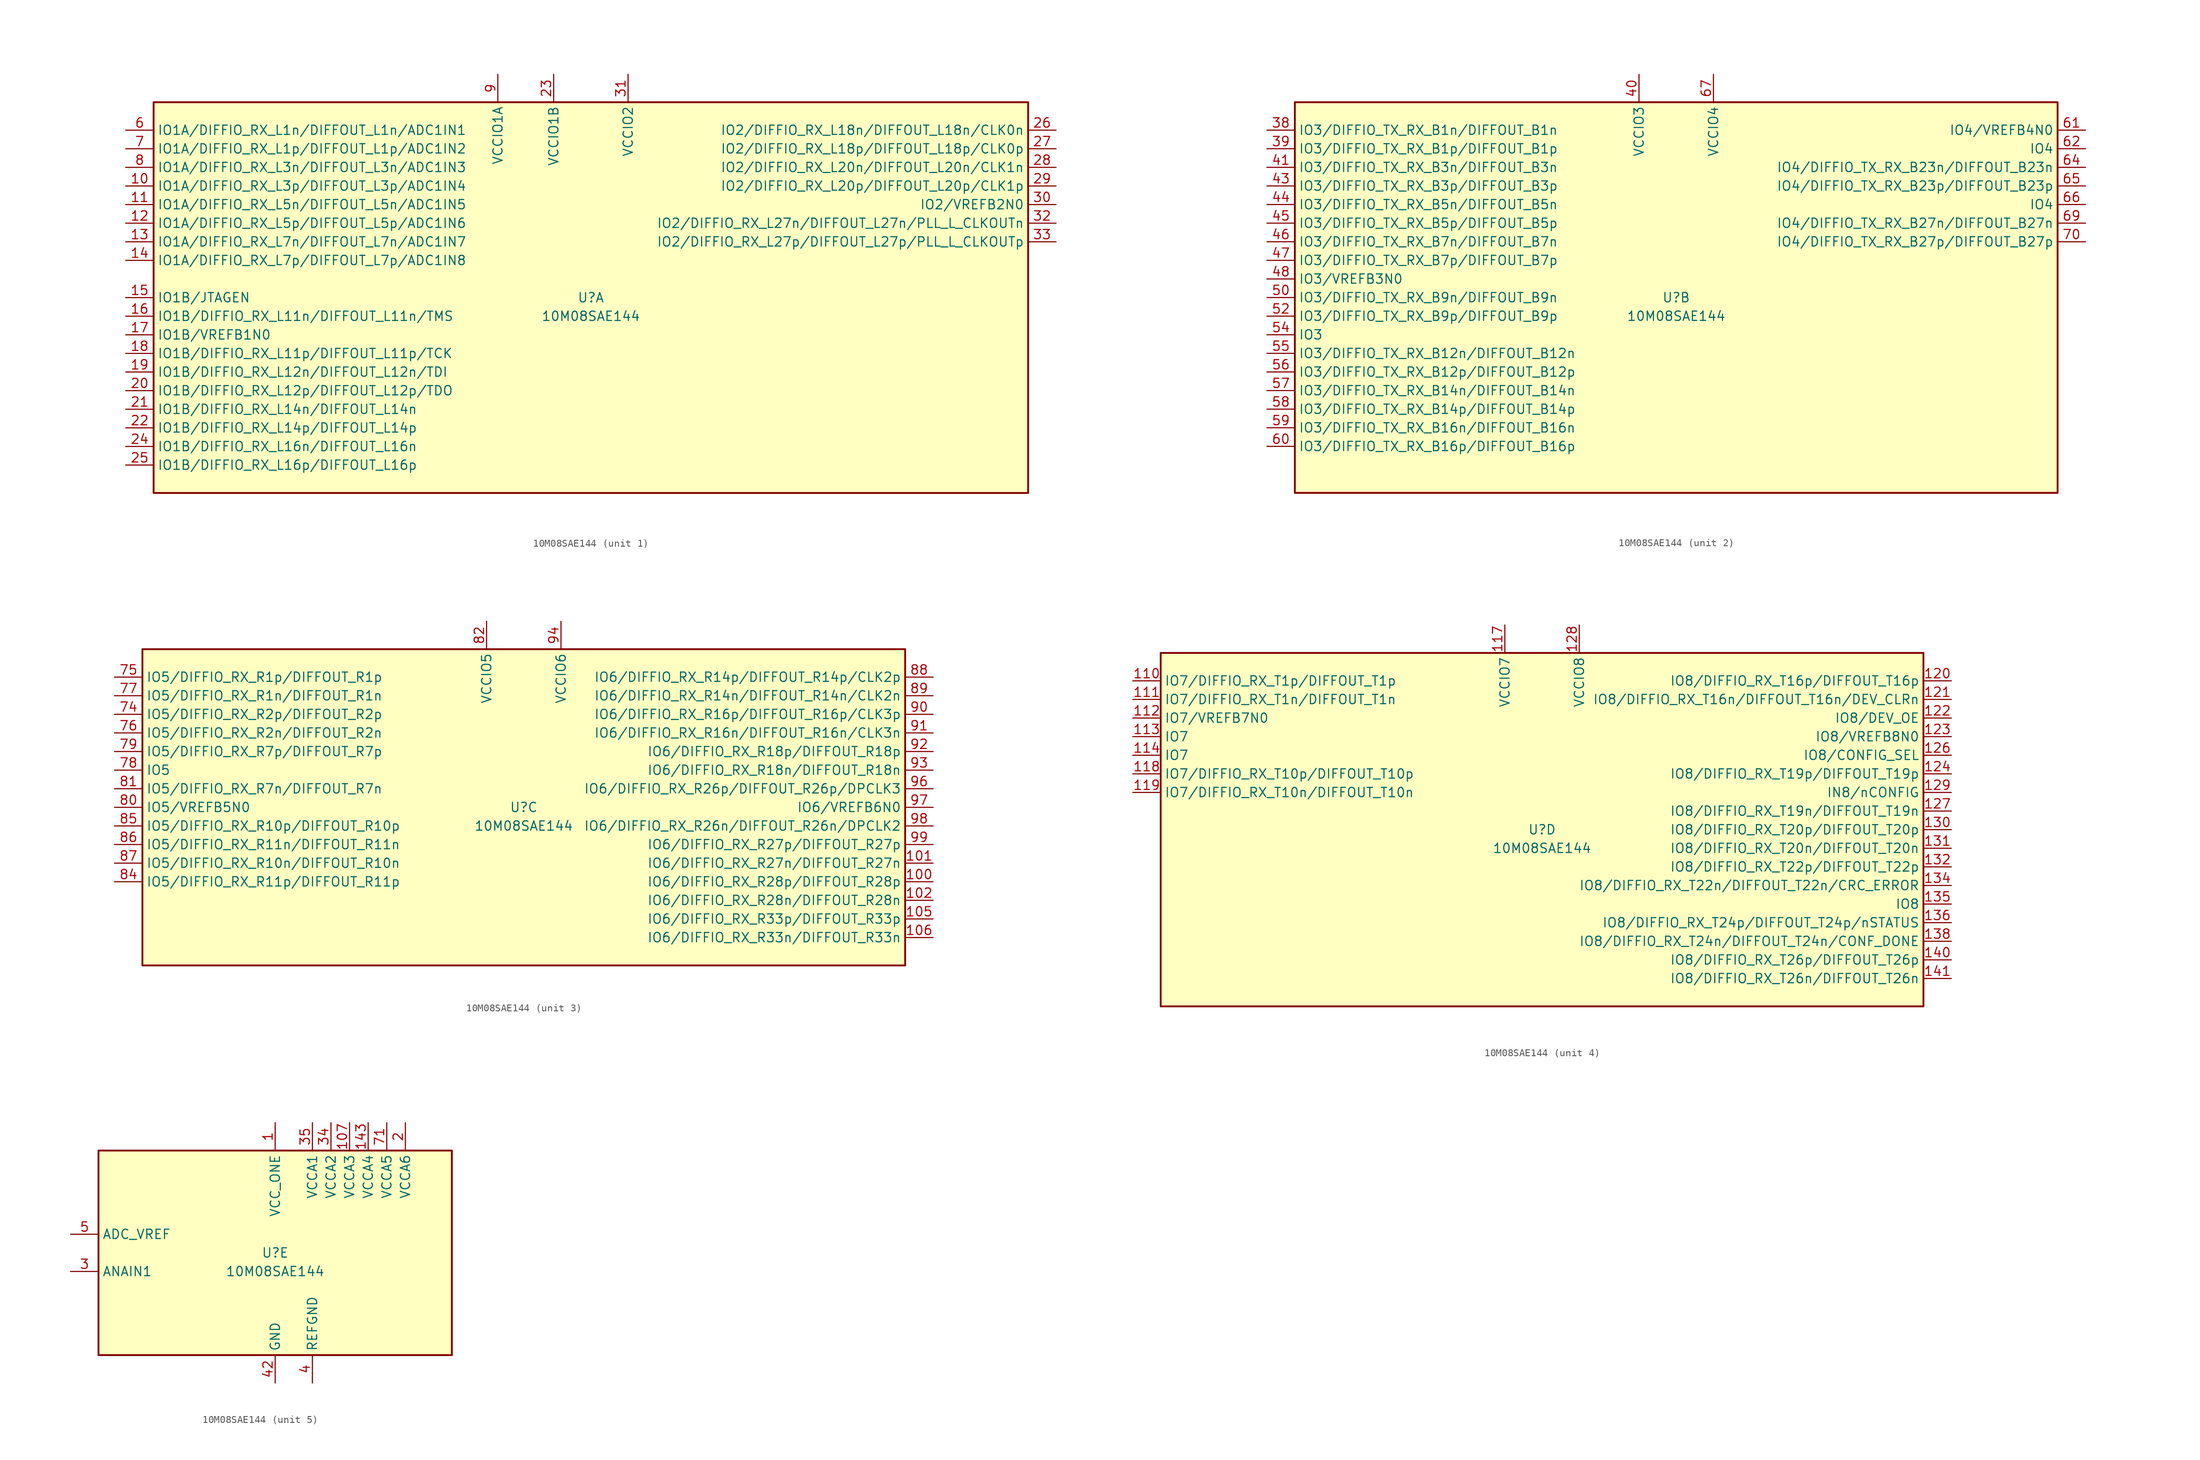
<source format=kicad_sym>
(kicad_symbol_lib
  (version 20220914)
  (generator kicad_symbol_editor)
  (symbol "10M08SAE144"
    (property "Reference" "U"
      (at 0 0 0)
      (effects (font (size 1.27 1.27))))
    (property "Value" "10M08SAE144"
      (at 0 -2.54 0)
      (effects (font (size 1.27 1.27))))
    (property "ki_locked" ""
      (at 0 0 0)
      (effects (font (size 1.27 1.27))))
    (symbol "10M08SAE144_1_1"
      (rectangle (start -59.69 26.67) (end 59.69 -26.67) (stroke (width 0.254) (type default)) (fill (type background)))
      (pin bidirectional line (at -63.5 15.24 0) (length 3.81) (name "IO1A/DIFFIO_RX_L3p/DIFFOUT_L3p/ADC1IN4" (effects (font (size 1.27 1.27)))) (number "10" (effects (font (size 1.27 1.27)))))
      (pin bidirectional line (at -63.5 12.7 0) (length 3.81) (name "IO1A/DIFFIO_RX_L5n/DIFFOUT_L5n/ADC1IN5" (effects (font (size 1.27 1.27)))) (number "11" (effects (font (size 1.27 1.27)))))
      (pin bidirectional line (at -63.5 10.16 0) (length 3.81) (name "IO1A/DIFFIO_RX_L5p/DIFFOUT_L5p/ADC1IN6" (effects (font (size 1.27 1.27)))) (number "12" (effects (font (size 1.27 1.27)))))
      (pin bidirectional line (at -63.5 7.62 0) (length 3.81) (name "IO1A/DIFFIO_RX_L7n/DIFFOUT_L7n/ADC1IN7" (effects (font (size 1.27 1.27)))) (number "13" (effects (font (size 1.27 1.27)))))
      (pin bidirectional line (at -63.5 5.08 0) (length 3.81) (name "IO1A/DIFFIO_RX_L7p/DIFFOUT_L7p/ADC1IN8" (effects (font (size 1.27 1.27)))) (number "14" (effects (font (size 1.27 1.27)))))
      (pin bidirectional line (at -63.5 0 0) (length 3.81) (name "IO1B/JTAGEN" (effects (font (size 1.27 1.27)))) (number "15" (effects (font (size 1.27 1.27)))))
      (pin bidirectional line (at -63.5 -2.54 0) (length 3.81) (name "IO1B/DIFFIO_RX_L11n/DIFFOUT_L11n/TMS" (effects (font (size 1.27 1.27)))) (number "16" (effects (font (size 1.27 1.27)))))
      (pin bidirectional line (at -63.5 -5.08 0) (length 3.81) (name "IO1B/VREFB1N0" (effects (font (size 1.27 1.27)))) (number "17" (effects (font (size 1.27 1.27)))))
      (pin bidirectional line (at -63.5 -7.62 0) (length 3.81) (name "IO1B/DIFFIO_RX_L11p/DIFFOUT_L11p/TCK" (effects (font (size 1.27 1.27)))) (number "18" (effects (font (size 1.27 1.27)))))
      (pin bidirectional line (at -63.5 -10.16 0) (length 3.81) (name "IO1B/DIFFIO_RX_L12n/DIFFOUT_L12n/TDI" (effects (font (size 1.27 1.27)))) (number "19" (effects (font (size 1.27 1.27)))))
      (pin bidirectional line (at -63.5 -12.7 0) (length 3.81) (name "IO1B/DIFFIO_RX_L12p/DIFFOUT_L12p/TDO" (effects (font (size 1.27 1.27)))) (number "20" (effects (font (size 1.27 1.27)))))
      (pin bidirectional line (at -63.5 -15.24 0) (length 3.81) (name "IO1B/DIFFIO_RX_L14n/DIFFOUT_L14n" (effects (font (size 1.27 1.27)))) (number "21" (effects (font (size 1.27 1.27)))))
      (pin bidirectional line (at -63.5 -17.78 0) (length 3.81) (name "IO1B/DIFFIO_RX_L14p/DIFFOUT_L14p" (effects (font (size 1.27 1.27)))) (number "22" (effects (font (size 1.27 1.27)))))
      (pin power_in line (at -5.08 30.48 270) (length 3.81) (name "VCCIO1B" (effects (font (size 1.27 1.27)))) (number "23" (effects (font (size 1.27 1.27)))))
      (pin bidirectional line (at -63.5 -20.32 0) (length 3.81) (name "IO1B/DIFFIO_RX_L16n/DIFFOUT_L16n" (effects (font (size 1.27 1.27)))) (number "24" (effects (font (size 1.27 1.27)))))
      (pin bidirectional line (at -63.5 -22.86 0) (length 3.81) (name "IO1B/DIFFIO_RX_L16p/DIFFOUT_L16p" (effects (font (size 1.27 1.27)))) (number "25" (effects (font (size 1.27 1.27)))))
      (pin bidirectional line (at 63.5 22.86 180) (length 3.81) (name "IO2/DIFFIO_RX_L18n/DIFFOUT_L18n/CLK0n" (effects (font (size 1.27 1.27)))) (number "26" (effects (font (size 1.27 1.27)))))
      (pin bidirectional line (at 63.5 20.32 180) (length 3.81) (name "IO2/DIFFIO_RX_L18p/DIFFOUT_L18p/CLK0p" (effects (font (size 1.27 1.27)))) (number "27" (effects (font (size 1.27 1.27)))))
      (pin bidirectional line (at 63.5 17.78 180) (length 3.81) (name "IO2/DIFFIO_RX_L20n/DIFFOUT_L20n/CLK1n" (effects (font (size 1.27 1.27)))) (number "28" (effects (font (size 1.27 1.27)))))
      (pin bidirectional line (at 63.5 15.24 180) (length 3.81) (name "IO2/DIFFIO_RX_L20p/DIFFOUT_L20p/CLK1p" (effects (font (size 1.27 1.27)))) (number "29" (effects (font (size 1.27 1.27)))))
      (pin bidirectional line (at 63.5 12.7 180) (length 3.81) (name "IO2/VREFB2N0" (effects (font (size 1.27 1.27)))) (number "30" (effects (font (size 1.27 1.27)))))
      (pin power_in line (at 5.08 30.48 270) (length 3.81) (name "VCCIO2" (effects (font (size 1.27 1.27)))) (number "31" (effects (font (size 1.27 1.27)))))
      (pin bidirectional line (at 63.5 10.16 180) (length 3.81) (name "IO2/DIFFIO_RX_L27n/DIFFOUT_L27n/PLL_L_CLKOUTn" (effects (font (size 1.27 1.27)))) (number "32" (effects (font (size 1.27 1.27)))))
      (pin bidirectional line (at 63.5 7.62 180) (length 3.81) (name "IO2/DIFFIO_RX_L27p/DIFFOUT_L27p/PLL_L_CLKOUTp" (effects (font (size 1.27 1.27)))) (number "33" (effects (font (size 1.27 1.27)))))
      (pin bidirectional line (at -63.5 22.86 0) (length 3.81) (name "IO1A/DIFFIO_RX_L1n/DIFFOUT_L1n/ADC1IN1" (effects (font (size 1.27 1.27)))) (number "6" (effects (font (size 1.27 1.27)))))
      (pin bidirectional line (at -63.5 20.32 0) (length 3.81) (name "IO1A/DIFFIO_RX_L1p/DIFFOUT_L1p/ADC1IN2" (effects (font (size 1.27 1.27)))) (number "7" (effects (font (size 1.27 1.27)))))
      (pin bidirectional line (at -63.5 17.78 0) (length 3.81) (name "IO1A/DIFFIO_RX_L3n/DIFFOUT_L3n/ADC1IN3" (effects (font (size 1.27 1.27)))) (number "8" (effects (font (size 1.27 1.27)))))
      (pin power_in line (at -12.7 30.48 270) (length 3.81) (name "VCCIO1A" (effects (font (size 1.27 1.27)))) (number "9" (effects (font (size 1.27 1.27))))))
    (symbol "10M08SAE144_2_1"
      (rectangle (start -52.07 26.67) (end 52.07 -26.67) (stroke (width 0.254) (type default)) (fill (type background)))
      (pin bidirectional line (at -55.88 22.86 0) (length 3.81) (name "IO3/DIFFIO_TX_RX_B1n/DIFFOUT_B1n" (effects (font (size 1.27 1.27)))) (number "38" (effects (font (size 1.27 1.27)))))
      (pin bidirectional line (at -55.88 20.32 0) (length 3.81) (name "IO3/DIFFIO_TX_RX_B1p/DIFFOUT_B1p" (effects (font (size 1.27 1.27)))) (number "39" (effects (font (size 1.27 1.27)))))
      (pin power_in line (at -5.08 30.48 270) (length 3.81) (name "VCCIO3" (effects (font (size 1.27 1.27)))) (number "40" (effects (font (size 1.27 1.27)))))
      (pin bidirectional line (at -55.88 17.78 0) (length 3.81) (name "IO3/DIFFIO_TX_RX_B3n/DIFFOUT_B3n" (effects (font (size 1.27 1.27)))) (number "41" (effects (font (size 1.27 1.27)))))
      (pin bidirectional line (at -55.88 15.24 0) (length 3.81) (name "IO3/DIFFIO_TX_RX_B3p/DIFFOUT_B3p" (effects (font (size 1.27 1.27)))) (number "43" (effects (font (size 1.27 1.27)))))
      (pin bidirectional line (at -55.88 12.7 0) (length 3.81) (name "IO3/DIFFIO_TX_RX_B5n/DIFFOUT_B5n" (effects (font (size 1.27 1.27)))) (number "44" (effects (font (size 1.27 1.27)))))
      (pin bidirectional line (at -55.88 10.16 0) (length 3.81) (name "IO3/DIFFIO_TX_RX_B5p/DIFFOUT_B5p" (effects (font (size 1.27 1.27)))) (number "45" (effects (font (size 1.27 1.27)))))
      (pin bidirectional line (at -55.88 7.62 0) (length 3.81) (name "IO3/DIFFIO_TX_RX_B7n/DIFFOUT_B7n" (effects (font (size 1.27 1.27)))) (number "46" (effects (font (size 1.27 1.27)))))
      (pin bidirectional line (at -55.88 5.08 0) (length 3.81) (name "IO3/DIFFIO_TX_RX_B7p/DIFFOUT_B7p" (effects (font (size 1.27 1.27)))) (number "47" (effects (font (size 1.27 1.27)))))
      (pin bidirectional line (at -55.88 2.54 0) (length 3.81) (name "IO3/VREFB3N0" (effects (font (size 1.27 1.27)))) (number "48" (effects (font (size 1.27 1.27)))))
      (pin passive line (at -5.08 30.48 270) (length 3.81) hide (name "VCCIO3" (effects (font (size 1.27 1.27)))) (number "49" (effects (font (size 1.27 1.27)))))
      (pin bidirectional line (at -55.88 0 0) (length 3.81) (name "IO3/DIFFIO_TX_RX_B9n/DIFFOUT_B9n" (effects (font (size 1.27 1.27)))) (number "50" (effects (font (size 1.27 1.27)))))
      (pin bidirectional line (at -55.88 -2.54 0) (length 3.81) (name "IO3/DIFFIO_TX_RX_B9p/DIFFOUT_B9p" (effects (font (size 1.27 1.27)))) (number "52" (effects (font (size 1.27 1.27)))))
      (pin bidirectional line (at -55.88 -5.08 0) (length 3.81) (name "IO3" (effects (font (size 1.27 1.27)))) (number "54" (effects (font (size 1.27 1.27)))))
      (pin bidirectional line (at -55.88 -7.62 0) (length 3.81) (name "IO3/DIFFIO_TX_RX_B12n/DIFFOUT_B12n" (effects (font (size 1.27 1.27)))) (number "55" (effects (font (size 1.27 1.27)))))
      (pin bidirectional line (at -55.88 -10.16 0) (length 3.81) (name "IO3/DIFFIO_TX_RX_B12p/DIFFOUT_B12p" (effects (font (size 1.27 1.27)))) (number "56" (effects (font (size 1.27 1.27)))))
      (pin bidirectional line (at -55.88 -12.7 0) (length 3.81) (name "IO3/DIFFIO_TX_RX_B14n/DIFFOUT_B14n" (effects (font (size 1.27 1.27)))) (number "57" (effects (font (size 1.27 1.27)))))
      (pin bidirectional line (at -55.88 -15.24 0) (length 3.81) (name "IO3/DIFFIO_TX_RX_B14p/DIFFOUT_B14p" (effects (font (size 1.27 1.27)))) (number "58" (effects (font (size 1.27 1.27)))))
      (pin bidirectional line (at -55.88 -17.78 0) (length 3.81) (name "IO3/DIFFIO_TX_RX_B16n/DIFFOUT_B16n" (effects (font (size 1.27 1.27)))) (number "59" (effects (font (size 1.27 1.27)))))
      (pin bidirectional line (at -55.88 -20.32 0) (length 3.81) (name "IO3/DIFFIO_TX_RX_B16p/DIFFOUT_B16p" (effects (font (size 1.27 1.27)))) (number "60" (effects (font (size 1.27 1.27)))))
      (pin bidirectional line (at 55.88 22.86 180) (length 3.81) (name "IO4/VREFB4N0" (effects (font (size 1.27 1.27)))) (number "61" (effects (font (size 1.27 1.27)))))
      (pin bidirectional line (at 55.88 20.32 180) (length 3.81) (name "IO4" (effects (font (size 1.27 1.27)))) (number "62" (effects (font (size 1.27 1.27)))))
      (pin bidirectional line (at 55.88 17.78 180) (length 3.81) (name "IO4/DIFFIO_TX_RX_B23n/DIFFOUT_B23n" (effects (font (size 1.27 1.27)))) (number "64" (effects (font (size 1.27 1.27)))))
      (pin bidirectional line (at 55.88 15.24 180) (length 3.81) (name "IO4/DIFFIO_TX_RX_B23p/DIFFOUT_B23p" (effects (font (size 1.27 1.27)))) (number "65" (effects (font (size 1.27 1.27)))))
      (pin bidirectional line (at 55.88 12.7 180) (length 3.81) (name "IO4" (effects (font (size 1.27 1.27)))) (number "66" (effects (font (size 1.27 1.27)))))
      (pin power_in line (at 5.08 30.48 270) (length 3.81) (name "VCCIO4" (effects (font (size 1.27 1.27)))) (number "67" (effects (font (size 1.27 1.27)))))
      (pin bidirectional line (at 55.88 10.16 180) (length 3.81) (name "IO4/DIFFIO_TX_RX_B27n/DIFFOUT_B27n" (effects (font (size 1.27 1.27)))) (number "69" (effects (font (size 1.27 1.27)))))
      (pin bidirectional line (at 55.88 7.62 180) (length 3.81) (name "IO4/DIFFIO_TX_RX_B27p/DIFFOUT_B27p" (effects (font (size 1.27 1.27)))) (number "70" (effects (font (size 1.27 1.27))))))
    (symbol "10M08SAE144_3_1"
      (rectangle (start -52.07 21.59) (end 52.07 -21.59) (stroke (width 0.254) (type default)) (fill (type background)))
      (pin bidirectional line (at 55.88 -10.16 180) (length 3.81) (name "IO6/DIFFIO_RX_R28p/DIFFOUT_R28p" (effects (font (size 1.27 1.27)))) (number "100" (effects (font (size 1.27 1.27)))))
      (pin bidirectional line (at 55.88 -7.62 180) (length 3.81) (name "IO6/DIFFIO_RX_R27n/DIFFOUT_R27n" (effects (font (size 1.27 1.27)))) (number "101" (effects (font (size 1.27 1.27)))))
      (pin bidirectional line (at 55.88 -12.7 180) (length 3.81) (name "IO6/DIFFIO_RX_R28n/DIFFOUT_R28n" (effects (font (size 1.27 1.27)))) (number "102" (effects (font (size 1.27 1.27)))))
      (pin passive line (at 5.08 25.4 270) (length 3.81) hide (name "VCCIO6" (effects (font (size 1.27 1.27)))) (number "103" (effects (font (size 1.27 1.27)))))
      (pin bidirectional line (at 55.88 -15.24 180) (length 3.81) (name "IO6/DIFFIO_RX_R33p/DIFFOUT_R33p" (effects (font (size 1.27 1.27)))) (number "105" (effects (font (size 1.27 1.27)))))
      (pin bidirectional line (at 55.88 -17.78 180) (length 3.81) (name "IO6/DIFFIO_RX_R33n/DIFFOUT_R33n" (effects (font (size 1.27 1.27)))) (number "106" (effects (font (size 1.27 1.27)))))
      (pin bidirectional line (at -55.88 12.7 0) (length 3.81) (name "IO5/DIFFIO_RX_R2p/DIFFOUT_R2p" (effects (font (size 1.27 1.27)))) (number "74" (effects (font (size 1.27 1.27)))))
      (pin bidirectional line (at -55.88 17.78 0) (length 3.81) (name "IO5/DIFFIO_RX_R1p/DIFFOUT_R1p" (effects (font (size 1.27 1.27)))) (number "75" (effects (font (size 1.27 1.27)))))
      (pin bidirectional line (at -55.88 10.16 0) (length 3.81) (name "IO5/DIFFIO_RX_R2n/DIFFOUT_R2n" (effects (font (size 1.27 1.27)))) (number "76" (effects (font (size 1.27 1.27)))))
      (pin bidirectional line (at -55.88 15.24 0) (length 3.81) (name "IO5/DIFFIO_RX_R1n/DIFFOUT_R1n" (effects (font (size 1.27 1.27)))) (number "77" (effects (font (size 1.27 1.27)))))
      (pin bidirectional line (at -55.88 5.08 0) (length 3.81) (name "IO5" (effects (font (size 1.27 1.27)))) (number "78" (effects (font (size 1.27 1.27)))))
      (pin bidirectional line (at -55.88 7.62 0) (length 3.81) (name "IO5/DIFFIO_RX_R7p/DIFFOUT_R7p" (effects (font (size 1.27 1.27)))) (number "79" (effects (font (size 1.27 1.27)))))
      (pin bidirectional line (at -55.88 0 0) (length 3.81) (name "IO5/VREFB5N0" (effects (font (size 1.27 1.27)))) (number "80" (effects (font (size 1.27 1.27)))))
      (pin bidirectional line (at -55.88 2.54 0) (length 3.81) (name "IO5/DIFFIO_RX_R7n/DIFFOUT_R7n" (effects (font (size 1.27 1.27)))) (number "81" (effects (font (size 1.27 1.27)))))
      (pin power_in line (at -5.08 25.4 270) (length 3.81) (name "VCCIO5" (effects (font (size 1.27 1.27)))) (number "82" (effects (font (size 1.27 1.27)))))
      (pin bidirectional line (at -55.88 -10.16 0) (length 3.81) (name "IO5/DIFFIO_RX_R11p/DIFFOUT_R11p" (effects (font (size 1.27 1.27)))) (number "84" (effects (font (size 1.27 1.27)))))
      (pin bidirectional line (at -55.88 -2.54 0) (length 3.81) (name "IO5/DIFFIO_RX_R10p/DIFFOUT_R10p" (effects (font (size 1.27 1.27)))) (number "85" (effects (font (size 1.27 1.27)))))
      (pin bidirectional line (at -55.88 -5.08 0) (length 3.81) (name "IO5/DIFFIO_RX_R11n/DIFFOUT_R11n" (effects (font (size 1.27 1.27)))) (number "86" (effects (font (size 1.27 1.27)))))
      (pin bidirectional line (at -55.88 -7.62 0) (length 3.81) (name "IO5/DIFFIO_RX_R10n/DIFFOUT_R10n" (effects (font (size 1.27 1.27)))) (number "87" (effects (font (size 1.27 1.27)))))
      (pin bidirectional line (at 55.88 17.78 180) (length 3.81) (name "IO6/DIFFIO_RX_R14p/DIFFOUT_R14p/CLK2p" (effects (font (size 1.27 1.27)))) (number "88" (effects (font (size 1.27 1.27)))))
      (pin bidirectional line (at 55.88 15.24 180) (length 3.81) (name "IO6/DIFFIO_RX_R14n/DIFFOUT_R14n/CLK2n" (effects (font (size 1.27 1.27)))) (number "89" (effects (font (size 1.27 1.27)))))
      (pin bidirectional line (at 55.88 12.7 180) (length 3.81) (name "IO6/DIFFIO_RX_R16p/DIFFOUT_R16p/CLK3p" (effects (font (size 1.27 1.27)))) (number "90" (effects (font (size 1.27 1.27)))))
      (pin bidirectional line (at 55.88 10.16 180) (length 3.81) (name "IO6/DIFFIO_RX_R16n/DIFFOUT_R16n/CLK3n" (effects (font (size 1.27 1.27)))) (number "91" (effects (font (size 1.27 1.27)))))
      (pin bidirectional line (at 55.88 7.62 180) (length 3.81) (name "IO6/DIFFIO_RX_R18p/DIFFOUT_R18p" (effects (font (size 1.27 1.27)))) (number "92" (effects (font (size 1.27 1.27)))))
      (pin bidirectional line (at 55.88 5.08 180) (length 3.81) (name "IO6/DIFFIO_RX_R18n/DIFFOUT_R18n" (effects (font (size 1.27 1.27)))) (number "93" (effects (font (size 1.27 1.27)))))
      (pin power_in line (at 5.08 25.4 270) (length 3.81) (name "VCCIO6" (effects (font (size 1.27 1.27)))) (number "94" (effects (font (size 1.27 1.27)))))
      (pin bidirectional line (at 55.88 2.54 180) (length 3.81) (name "IO6/DIFFIO_RX_R26p/DIFFOUT_R26p/DPCLK3" (effects (font (size 1.27 1.27)))) (number "96" (effects (font (size 1.27 1.27)))))
      (pin bidirectional line (at 55.88 0 180) (length 3.81) (name "IO6/VREFB6N0" (effects (font (size 1.27 1.27)))) (number "97" (effects (font (size 1.27 1.27)))))
      (pin bidirectional line (at 55.88 -2.54 180) (length 3.81) (name "IO6/DIFFIO_RX_R26n/DIFFOUT_R26n/DPCLK2" (effects (font (size 1.27 1.27)))) (number "98" (effects (font (size 1.27 1.27)))))
      (pin bidirectional line (at 55.88 -5.08 180) (length 3.81) (name "IO6/DIFFIO_RX_R27p/DIFFOUT_R27p" (effects (font (size 1.27 1.27)))) (number "99" (effects (font (size 1.27 1.27))))))
    (symbol "10M08SAE144_4_1"
      (rectangle (start -52.07 24.13) (end 52.07 -24.13) (stroke (width 0.254) (type default)) (fill (type background)))
      (pin bidirectional line (at -55.88 20.32 0) (length 3.81) (name "IO7/DIFFIO_RX_T1p/DIFFOUT_T1p" (effects (font (size 1.27 1.27)))) (number "110" (effects (font (size 1.27 1.27)))))
      (pin bidirectional line (at -55.88 17.78 0) (length 3.81) (name "IO7/DIFFIO_RX_T1n/DIFFOUT_T1n" (effects (font (size 1.27 1.27)))) (number "111" (effects (font (size 1.27 1.27)))))
      (pin bidirectional line (at -55.88 15.24 0) (length 3.81) (name "IO7/VREFB7N0" (effects (font (size 1.27 1.27)))) (number "112" (effects (font (size 1.27 1.27)))))
      (pin bidirectional line (at -55.88 12.7 0) (length 3.81) (name "IO7" (effects (font (size 1.27 1.27)))) (number "113" (effects (font (size 1.27 1.27)))))
      (pin bidirectional line (at -55.88 10.16 0) (length 3.81) (name "IO7" (effects (font (size 1.27 1.27)))) (number "114" (effects (font (size 1.27 1.27)))))
      (pin power_in line (at -5.08 27.94 270) (length 3.81) (name "VCCIO7" (effects (font (size 1.27 1.27)))) (number "117" (effects (font (size 1.27 1.27)))))
      (pin bidirectional line (at -55.88 7.62 0) (length 3.81) (name "IO7/DIFFIO_RX_T10p/DIFFOUT_T10p" (effects (font (size 1.27 1.27)))) (number "118" (effects (font (size 1.27 1.27)))))
      (pin bidirectional line (at -55.88 5.08 0) (length 3.81) (name "IO7/DIFFIO_RX_T10n/DIFFOUT_T10n" (effects (font (size 1.27 1.27)))) (number "119" (effects (font (size 1.27 1.27)))))
      (pin bidirectional line (at 55.88 20.32 180) (length 3.81) (name "IO8/DIFFIO_RX_T16p/DIFFOUT_T16p" (effects (font (size 1.27 1.27)))) (number "120" (effects (font (size 1.27 1.27)))))
      (pin bidirectional line (at 55.88 17.78 180) (length 3.81) (name "IO8/DIFFIO_RX_T16n/DIFFOUT_T16n/DEV_CLRn" (effects (font (size 1.27 1.27)))) (number "121" (effects (font (size 1.27 1.27)))))
      (pin bidirectional line (at 55.88 15.24 180) (length 3.81) (name "IO8/DEV_OE" (effects (font (size 1.27 1.27)))) (number "122" (effects (font (size 1.27 1.27)))))
      (pin bidirectional line (at 55.88 12.7 180) (length 3.81) (name "IO8/VREFB8N0" (effects (font (size 1.27 1.27)))) (number "123" (effects (font (size 1.27 1.27)))))
      (pin bidirectional line (at 55.88 7.62 180) (length 3.81) (name "IO8/DIFFIO_RX_T19p/DIFFOUT_T19p" (effects (font (size 1.27 1.27)))) (number "124" (effects (font (size 1.27 1.27)))))
      (pin bidirectional line (at 55.88 10.16 180) (length 3.81) (name "IO8/CONFIG_SEL" (effects (font (size 1.27 1.27)))) (number "126" (effects (font (size 1.27 1.27)))))
      (pin bidirectional line (at 55.88 2.54 180) (length 3.81) (name "IO8/DIFFIO_RX_T19n/DIFFOUT_T19n" (effects (font (size 1.27 1.27)))) (number "127" (effects (font (size 1.27 1.27)))))
      (pin power_in line (at 5.08 27.94 270) (length 3.81) (name "VCCIO8" (effects (font (size 1.27 1.27)))) (number "128" (effects (font (size 1.27 1.27)))))
      (pin input line (at 55.88 5.08 180) (length 3.81) (name "IN8/nCONFIG" (effects (font (size 1.27 1.27)))) (number "129" (effects (font (size 1.27 1.27)))))
      (pin bidirectional line (at 55.88 0 180) (length 3.81) (name "IO8/DIFFIO_RX_T20p/DIFFOUT_T20p" (effects (font (size 1.27 1.27)))) (number "130" (effects (font (size 1.27 1.27)))))
      (pin bidirectional line (at 55.88 -2.54 180) (length 3.81) (name "IO8/DIFFIO_RX_T20n/DIFFOUT_T20n" (effects (font (size 1.27 1.27)))) (number "131" (effects (font (size 1.27 1.27)))))
      (pin bidirectional line (at 55.88 -5.08 180) (length 3.81) (name "IO8/DIFFIO_RX_T22p/DIFFOUT_T22p" (effects (font (size 1.27 1.27)))) (number "132" (effects (font (size 1.27 1.27)))))
      (pin bidirectional line (at 55.88 -7.62 180) (length 3.81) (name "IO8/DIFFIO_RX_T22n/DIFFOUT_T22n/CRC_ERROR" (effects (font (size 1.27 1.27)))) (number "134" (effects (font (size 1.27 1.27)))))
      (pin bidirectional line (at 55.88 -10.16 180) (length 3.81) (name "IO8" (effects (font (size 1.27 1.27)))) (number "135" (effects (font (size 1.27 1.27)))))
      (pin bidirectional line (at 55.88 -12.7 180) (length 3.81) (name "IO8/DIFFIO_RX_T24p/DIFFOUT_T24p/nSTATUS" (effects (font (size 1.27 1.27)))) (number "136" (effects (font (size 1.27 1.27)))))
      (pin bidirectional line (at 55.88 -15.24 180) (length 3.81) (name "IO8/DIFFIO_RX_T24n/DIFFOUT_T24n/CONF_DONE" (effects (font (size 1.27 1.27)))) (number "138" (effects (font (size 1.27 1.27)))))
      (pin passive line (at 5.08 27.94 270) (length 3.81) hide (name "VCCIO8" (effects (font (size 1.27 1.27)))) (number "139" (effects (font (size 1.27 1.27)))))
      (pin bidirectional line (at 55.88 -17.78 180) (length 3.81) (name "IO8/DIFFIO_RX_T26p/DIFFOUT_T26p" (effects (font (size 1.27 1.27)))) (number "140" (effects (font (size 1.27 1.27)))))
      (pin bidirectional line (at 55.88 -20.32 180) (length 3.81) (name "IO8/DIFFIO_RX_T26n/DIFFOUT_T26n" (effects (font (size 1.27 1.27)))) (number "141" (effects (font (size 1.27 1.27))))))
    (symbol "10M08SAE144_5_1"
      (rectangle (start -24.13 13.97) (end 24.13 -13.97) (stroke (width 0.254) (type default)) (fill (type background)))
      (pin power_in line (at 0 17.78 270) (length 3.81) (name "VCC_ONE" (effects (font (size 1.27 1.27)))) (number "1" (effects (font (size 1.27 1.27)))))
      (pin passive line (at 0 -17.78 90) (length 3.81) hide (name "GND" (effects (font (size 1.27 1.27)))) (number "104" (effects (font (size 1.27 1.27)))))
      (pin power_in line (at 10.16 17.78 270) (length 3.81) (name "VCCA3" (effects (font (size 1.27 1.27)))) (number "107" (effects (font (size 1.27 1.27)))))
      (pin passive line (at 0 17.78 270) (length 3.81) hide (name "VCC_ONE" (effects (font (size 1.27 1.27)))) (number "108" (effects (font (size 1.27 1.27)))))
      (pin passive line (at 0 17.78 270) (length 3.81) hide (name "VCC_ONE" (effects (font (size 1.27 1.27)))) (number "109" (effects (font (size 1.27 1.27)))))
      (pin passive line (at 0 17.78 270) (length 3.81) hide (name "VCC_ONE" (effects (font (size 1.27 1.27)))) (number "115" (effects (font (size 1.27 1.27)))))
      (pin passive line (at 0 -17.78 90) (length 3.81) hide (name "GND" (effects (font (size 1.27 1.27)))) (number "116" (effects (font (size 1.27 1.27)))))
      (pin passive line (at 0 -17.78 90) (length 3.81) hide (name "GND" (effects (font (size 1.27 1.27)))) (number "125" (effects (font (size 1.27 1.27)))))
      (pin passive line (at 0 -17.78 90) (length 3.81) hide (name "GND" (effects (font (size 1.27 1.27)))) (number "133" (effects (font (size 1.27 1.27)))))
      (pin passive line (at 0 -17.78 90) (length 3.81) hide (name "GND" (effects (font (size 1.27 1.27)))) (number "137" (effects (font (size 1.27 1.27)))))
      (pin passive line (at 0 -17.78 90) (length 3.81) hide (name "GND" (effects (font (size 1.27 1.27)))) (number "142" (effects (font (size 1.27 1.27)))))
      (pin power_in line (at 12.7 17.78 270) (length 3.81) (name "VCCA4" (effects (font (size 1.27 1.27)))) (number "143" (effects (font (size 1.27 1.27)))))
      (pin passive line (at 0 17.78 270) (length 3.81) hide (name "VCC_ONE" (effects (font (size 1.27 1.27)))) (number "144" (effects (font (size 1.27 1.27)))))
      (pin passive line (at 0 -17.78 90) (length 3.81) hide (name "GND" (effects (font (size 1.27 1.27)))) (number "145" (effects (font (size 1.27 1.27)))))
      (pin power_in line (at 17.78 17.78 270) (length 3.81) (name "VCCA6" (effects (font (size 1.27 1.27)))) (number "2" (effects (font (size 1.27 1.27)))))
      (pin input line (at -27.94 -2.54 0) (length 3.81) (name "ANAIN1" (effects (font (size 1.27 1.27)))) (number "3" (effects (font (size 1.27 1.27)))))
      (pin power_in line (at 7.62 17.78 270) (length 3.81) (name "VCCA2" (effects (font (size 1.27 1.27)))) (number "34" (effects (font (size 1.27 1.27)))))
      (pin power_in line (at 5.08 17.78 270) (length 3.81) (name "VCCA1" (effects (font (size 1.27 1.27)))) (number "35" (effects (font (size 1.27 1.27)))))
      (pin passive line (at 0 17.78 270) (length 3.81) hide (name "VCC_ONE" (effects (font (size 1.27 1.27)))) (number "36" (effects (font (size 1.27 1.27)))))
      (pin passive line (at 0 17.78 270) (length 3.81) hide (name "VCC_ONE" (effects (font (size 1.27 1.27)))) (number "37" (effects (font (size 1.27 1.27)))))
      (pin power_in line (at 5.08 -17.78 90) (length 3.81) (name "REFGND" (effects (font (size 1.27 1.27)))) (number "4" (effects (font (size 1.27 1.27)))))
      (pin power_in line (at 0 -17.78 90) (length 3.81) (name "GND" (effects (font (size 1.27 1.27)))) (number "42" (effects (font (size 1.27 1.27)))))
      (pin input line (at -27.94 2.54 0) (length 3.81) (name "ADC_VREF" (effects (font (size 1.27 1.27)))) (number "5" (effects (font (size 1.27 1.27)))))
      (pin passive line (at 0 17.78 270) (length 3.81) hide (name "VCC_ONE" (effects (font (size 1.27 1.27)))) (number "51" (effects (font (size 1.27 1.27)))))
      (pin passive line (at 0 -17.78 90) (length 3.81) hide (name "GND" (effects (font (size 1.27 1.27)))) (number "53" (effects (font (size 1.27 1.27)))))
      (pin passive line (at 0 -17.78 90) (length 3.81) hide (name "GND" (effects (font (size 1.27 1.27)))) (number "63" (effects (font (size 1.27 1.27)))))
      (pin passive line (at 0 -17.78 90) (length 3.81) hide (name "GND" (effects (font (size 1.27 1.27)))) (number "68" (effects (font (size 1.27 1.27)))))
      (pin power_in line (at 15.24 17.78 270) (length 3.81) (name "VCCA5" (effects (font (size 1.27 1.27)))) (number "71" (effects (font (size 1.27 1.27)))))
      (pin passive line (at 0 17.78 270) (length 3.81) hide (name "VCC_ONE" (effects (font (size 1.27 1.27)))) (number "72" (effects (font (size 1.27 1.27)))))
      (pin passive line (at 0 17.78 270) (length 3.81) hide (name "VCC_ONE" (effects (font (size 1.27 1.27)))) (number "73" (effects (font (size 1.27 1.27)))))
      (pin passive line (at 0 -17.78 90) (length 3.81) hide (name "GND" (effects (font (size 1.27 1.27)))) (number "83" (effects (font (size 1.27 1.27)))))
      (pin passive line (at 0 -17.78 90) (length 3.81) hide (name "GND" (effects (font (size 1.27 1.27)))) (number "95" (effects (font (size 1.27 1.27))))))))
</source>
